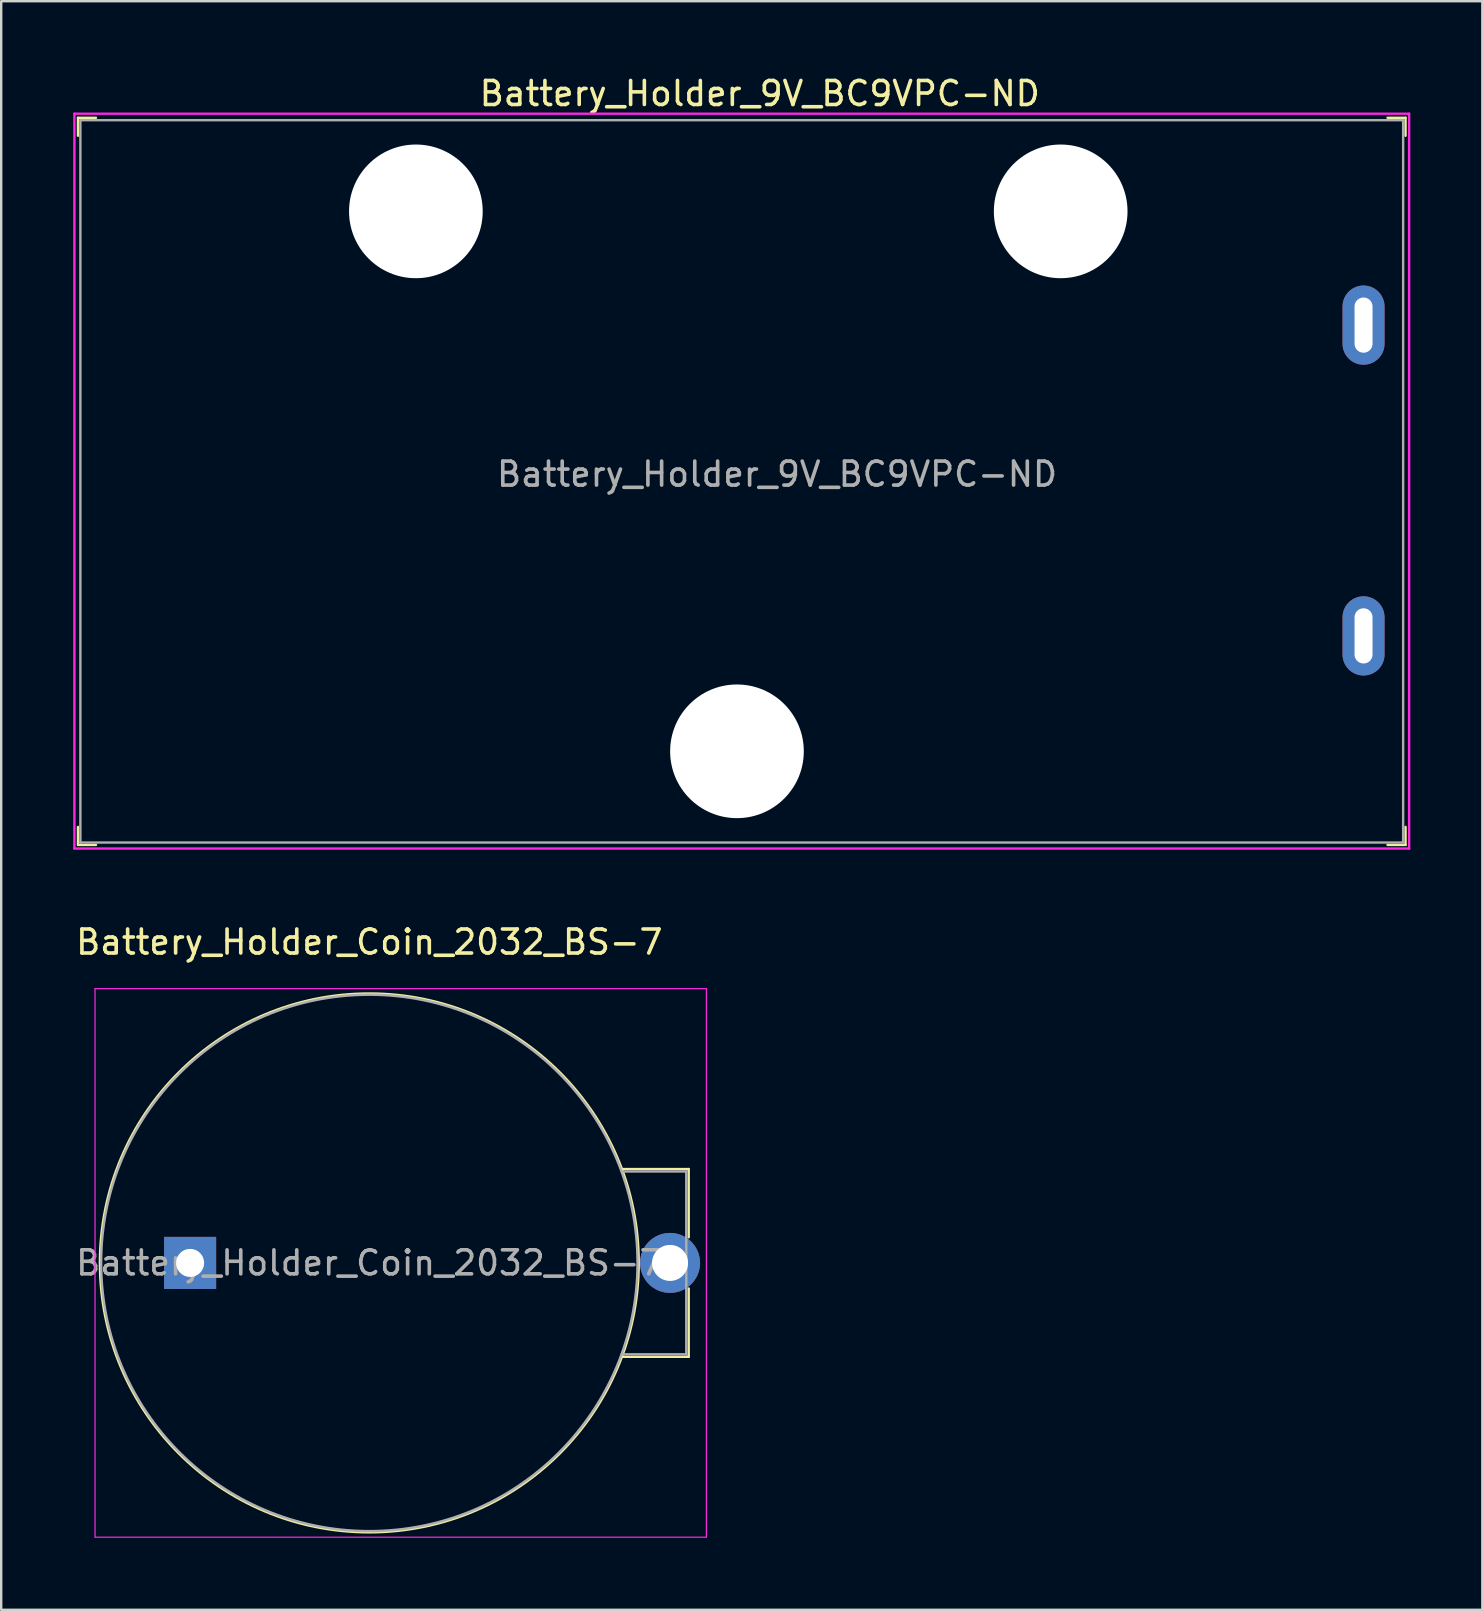
<source format=kicad_pcb>
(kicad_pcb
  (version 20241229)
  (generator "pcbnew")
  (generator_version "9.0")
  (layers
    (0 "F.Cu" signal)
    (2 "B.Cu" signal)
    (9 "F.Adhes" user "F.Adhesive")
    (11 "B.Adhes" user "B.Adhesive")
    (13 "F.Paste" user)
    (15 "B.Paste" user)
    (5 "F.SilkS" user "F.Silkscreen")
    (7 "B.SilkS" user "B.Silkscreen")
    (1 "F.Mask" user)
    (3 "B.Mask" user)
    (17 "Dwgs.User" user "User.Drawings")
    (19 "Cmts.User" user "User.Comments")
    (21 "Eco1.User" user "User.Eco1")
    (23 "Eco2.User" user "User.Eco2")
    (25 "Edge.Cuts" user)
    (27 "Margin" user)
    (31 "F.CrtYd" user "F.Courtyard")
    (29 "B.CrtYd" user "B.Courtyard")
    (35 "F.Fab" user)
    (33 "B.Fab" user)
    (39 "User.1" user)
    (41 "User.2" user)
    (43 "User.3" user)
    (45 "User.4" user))
  (footprint "Battery_Holder_9V_BC9VPC-ND"
    (layer "F.Cu")
    (at 41.15 5.758)
    (property "Reference" "Battery_Holder_9V_BC9VPC-ND" (at -12.54 -4.91 0) (layer "F.SilkS") (effects (font (size 1 1) (thickness 0.15))))
    (attr through_hole)
    (fp_line (start -40.95 -3.9) (end -40.95 -3.15) (stroke (width 0.1) (type solid)) (layer "F.SilkS"))
    (fp_line (start -40.95 25.65) (end -40.95 26.4) (stroke (width 0.1) (type solid)) (layer "F.SilkS"))
    (fp_line (start -40.2 -3.9) (end -40.95 -3.9) (stroke (width 0.1) (type solid)) (layer "F.SilkS"))
    (fp_line (start -40.2 26.4) (end -40.95 26.4) (stroke (width 0.1) (type solid)) (layer "F.SilkS"))
    (fp_line (start 14.37 -3.9) (end 13.62 -3.9) (stroke (width 0.1) (type solid)) (layer "F.SilkS"))
    (fp_line (start 14.37 -3.9) (end 14.37 -3.15) (stroke (width 0.1) (type solid)) (layer "F.SilkS"))
    (fp_line (start 14.37 25.65) (end 14.37 26.4) (stroke (width 0.1) (type solid)) (layer "F.SilkS"))
    (fp_line (start 14.37 26.4) (end 13.62 26.4) (stroke (width 0.1) (type solid)) (layer "F.SilkS"))
    (fp_line (start -41.1 -4.07) (end -41.1 26.55) (stroke (width 0.1) (type solid)) (layer "F.CrtYd"))
    (fp_line (start -41.1 -4.07) (end 14.52 -4.07) (stroke (width 0.1) (type solid)) (layer "F.CrtYd"))
    (fp_line (start -41.1 26.55) (end 14.52 26.55) (stroke (width 0.1) (type solid)) (layer "F.CrtYd"))
    (fp_line (start 14.52 -4.07) (end 14.52 26.55) (stroke (width 0.1) (type solid)) (layer "F.CrtYd"))
    (fp_line (start -40.85 -3.8) (end -40.85 26.3) (stroke (width 0.1) (type solid)) (layer "F.Fab"))
    (fp_line (start -40.85 -3.8) (end 14.27 -3.8) (stroke (width 0.1) (type solid)) (layer "F.Fab"))
    (fp_line (start -40.85 26.3) (end 14.27 26.3) (stroke (width 0.1) (type solid)) (layer "F.Fab"))
    (fp_line (start 14.27 -3.8) (end 14.27 26.3) (stroke (width 0.1) (type solid)) (layer "F.Fab"))
    (fp_text user "${REFERENCE}" (at -11.82 10.95 0) (layer "F.Fab") (effects (font (size 1 1) (thickness 0.15))))
    (pad "" np_thru_hole circle (at -26.87 0) (size 5.57 5.57) (drill 5.57) (layers "*.Cu" "*.Mask"))
    (pad "" np_thru_hole circle (at -13.49 22.5) (size 5.57 5.57) (drill 5.57) (layers "*.Cu" "*.Mask"))
    (pad "" np_thru_hole circle (at 0 0) (size 5.57 5.57) (drill 5.57) (layers "*.Cu" "*.Mask"))
    (pad "NEG" thru_hole oval (at 12.62 17.69) (size 1.75 3.3) (drill oval 0.75 2.3) (layers "*.Cu" "*.Mask"))
    (pad "POS" thru_hole oval (at 12.62 4.74) (size 1.75 3.3) (drill oval 0.75 2.3) (layers "*.Cu" "*.Mask")))
  (footprint "Battery_Holder_Coin_2032_BS-7"
    (layer "F.Cu")
    (at 4.872 49.577)
    (property "Reference" "Battery_Holder_Coin_2032_BS-7" (at 7.468 -13.37 0) (layer "F.SilkS") (effects (font (size 1 1) (thickness 0.15))))
    (attr through_hole)
    (fp_line (start 18.034 -3.912) (end 20.777 -3.912) (stroke (width 0.1) (type solid)) (layer "F.SilkS"))
    (fp_line (start 18.034 3.912) (end 20.777 3.912) (stroke (width 0.1) (type solid)) (layer "F.SilkS"))
    (fp_line (start 20.777 -3.912) (end 20.777 -1.067) (stroke (width 0.1) (type solid)) (layer "F.SilkS"))
    (fp_line (start 20.777 3.912) (end 20.777 1.067) (stroke (width 0.1) (type solid)) (layer "F.SilkS"))
    (fp_circle (center 7.468 0) (end -3.759 0) (stroke (width 0.1) (type solid)) (fill no) (layer "F.SilkS"))
    (fp_line (start -3.962 -11.43) (end -3.962 11.43) (stroke (width 0.05) (type solid)) (layer "F.CrtYd"))
    (fp_line (start -3.962 -11.43) (end 21.514 -11.43) (stroke (width 0.05) (type solid)) (layer "F.CrtYd"))
    (fp_line (start -3.962 11.43) (end 21.514 11.43) (stroke (width 0.05) (type solid)) (layer "F.CrtYd"))
    (fp_line (start 21.514 -11.43) (end 21.514 11.43) (stroke (width 0.05) (type solid)) (layer "F.CrtYd"))
    (fp_line (start 17.983 -3.81) (end 20.676 -3.81) (stroke (width 0.1) (type solid)) (layer "F.Fab"))
    (fp_line (start 17.983 3.81) (end 20.676 3.81) (stroke (width 0.1) (type solid)) (layer "F.Fab"))
    (fp_line (start 20.676 -3.81) (end 20.676 3.81) (stroke (width 0.1) (type solid)) (layer "F.Fab"))
    (fp_circle (center 7.468 0) (end -3.708 0) (stroke (width 0.1) (type solid)) (fill no) (layer "F.Fab"))
    (fp_text user "${REFERENCE}" (at 7.468 0 0) (layer "F.Fab") (effects (font (size 1 1) (thickness 0.15))))
    (pad "Neg" thru_hole rect (at 0 0) (size 2.17 2.17) (drill 1.17) (layers "*.Cu" "*.Mask"))
    (pad "Pos" thru_hole circle (at 20 0) (size 2.5 2.5) (drill 1.5) (layers "*.Cu" "*.Mask")))
  (gr_rect
    (start -3 -3)
    (end 58.72 64.031)
    (stroke (width 0.1) (type default))
    (fill no)
    (layer "Edge.Cuts")))
</source>
